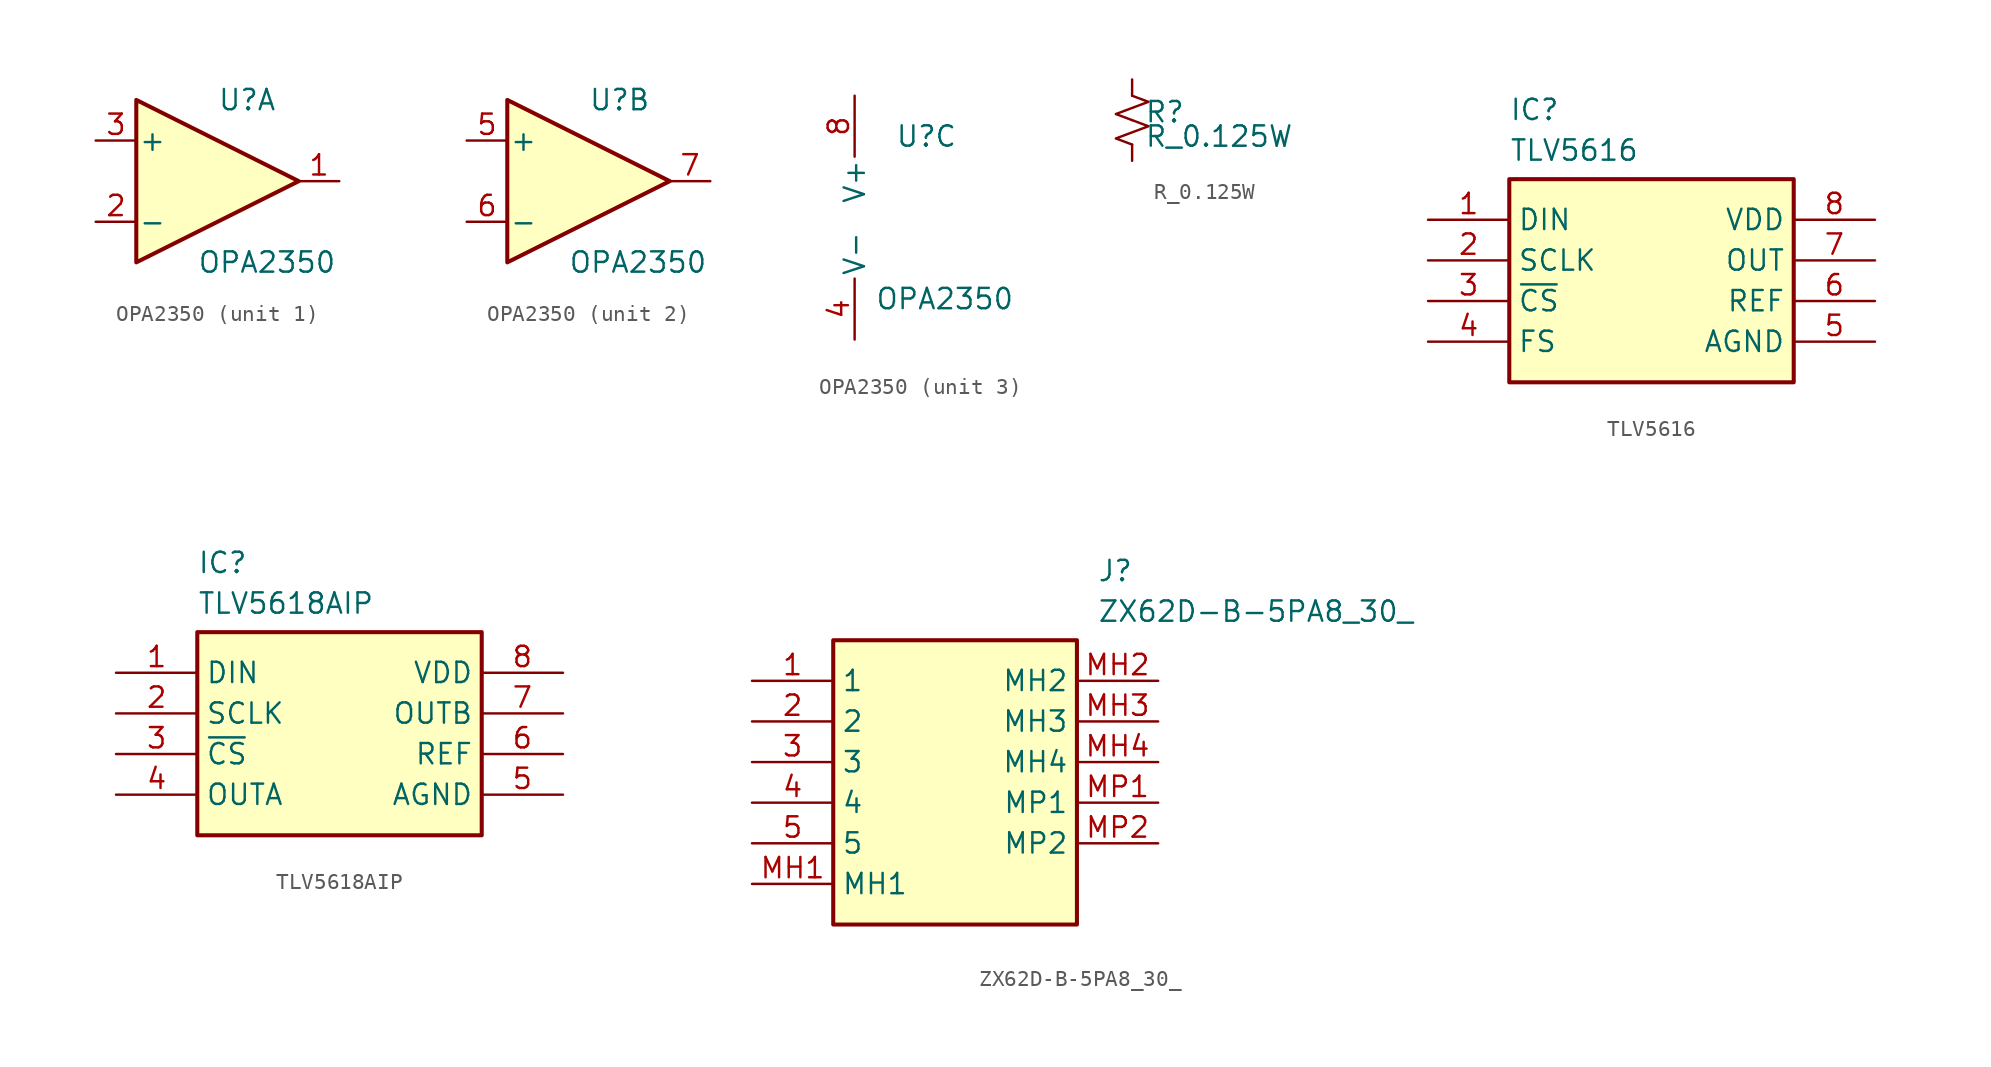
<source format=kicad_sym>
(kicad_symbol_lib
  (version 20231120)
  (generator "kicad_symbol_editor")
  (generator_version "8.0")
  (symbol "OPA2350"
    (pin_names
      (offset 0.127))
    (property "Reference" "U"
      (at 0 5.08 0)
      (effects (font (size 1.27 1.27)) (justify left)))
    (property "Value" "OPA2350"
      (at -1.27 -5.08 0)
      (effects (font (size 1.27 1.27)) (justify left)))
    (property "ki_locked" ""
      (at 0 0 0)
      (effects (font (size 1.27 1.27))))
    (symbol "OPA2350_1_1"
      (polyline (pts (xy -5.08 5.08) (xy 5.08 0) (xy -5.08 -5.08) (xy -5.08 5.08)) (stroke (width 0.254) (type default)) (fill (type background)))
      (pin output line (at 7.62 0 180) (length 2.54) (name "~" (effects (font (size 1.27 1.27)))) (number "1" (effects (font (size 1.27 1.27)))))
      (pin input line (at -7.62 -2.54 0) (length 2.54) (name "-" (effects (font (size 1.27 1.27)))) (number "2" (effects (font (size 1.27 1.27)))))
      (pin input line (at -7.62 2.54 0) (length 2.54) (name "+" (effects (font (size 1.27 1.27)))) (number "3" (effects (font (size 1.27 1.27))))))
    (symbol "OPA2350_2_1"
      (polyline (pts (xy -5.08 5.08) (xy 5.08 0) (xy -5.08 -5.08) (xy -5.08 5.08)) (stroke (width 0.254) (type default)) (fill (type background)))
      (pin input line (at -7.62 2.54 0) (length 2.54) (name "+" (effects (font (size 1.27 1.27)))) (number "5" (effects (font (size 1.27 1.27)))))
      (pin input line (at -7.62 -2.54 0) (length 2.54) (name "-" (effects (font (size 1.27 1.27)))) (number "6" (effects (font (size 1.27 1.27)))))
      (pin output line (at 7.62 0 180) (length 2.54) (name "~" (effects (font (size 1.27 1.27)))) (number "7" (effects (font (size 1.27 1.27))))))
    (symbol "OPA2350_3_1"
      (pin power_in line (at -2.54 -7.62 90) (length 3.81) (name "V-" (effects (font (size 1.27 1.27)))) (number "4" (effects (font (size 1.27 1.27)))))
      (pin power_in line (at -2.54 7.62 270) (length 3.81) (name "V+" (effects (font (size 1.27 1.27)))) (number "8" (effects (font (size 1.27 1.27)))))))
  (symbol "R_0.125W"
    (pin_numbers hide)
    (pin_names
      (offset 0.254) hide)
    (property "Reference" "R"
      (at 0.762 0.508 0)
      (effects (font (size 1.27 1.27)) (justify left)))
    (property "Value" "R_0.125W"
      (at 0.762 -1.016 0)
      (effects (font (size 1.27 1.27)) (justify left)))
    (symbol "R_0.125W_1_1"
      (polyline (pts (xy 0 0) (xy 1.016 -0.381) (xy 0 -0.762) (xy -1.016 -1.143) (xy 0 -1.524)) (stroke (width 0) (type default)) (fill (type none)))
      (polyline (pts (xy 0 1.524) (xy 1.016 1.143) (xy 0 0.762) (xy -1.016 0.381) (xy 0 0)) (stroke (width 0) (type default)) (fill (type none)))
      (pin passive line (at 0 2.54 270) (length 1.016) (name "~" (effects (font (size 1.27 1.27)))) (number "1" (effects (font (size 1.27 1.27)))))
      (pin passive line (at 0 -2.54 90) (length 1.016) (name "~" (effects (font (size 1.27 1.27)))) (number "2" (effects (font (size 1.27 1.27)))))))
  (symbol "TLV5616"
    (property "Reference" "IC"
      (at -8.89 11.43 0)
      (effects (font (size 1.27 1.27)) (justify left top)))
    (property "Value" "TLV5616"
      (at -8.89 8.89 0)
      (effects (font (size 1.27 1.27)) (justify left top)))
    (symbol "TLV5616_1_1"
      (rectangle (start -8.89 6.35) (end 8.89 -6.35) (stroke (width 0.254) (type default)) (fill (type background)))
      (pin input line (at -13.97 3.81 0) (length 5.08) (name "DIN" (effects (font (size 1.27 1.27)))) (number "1" (effects (font (size 1.27 1.27)))))
      (pin input line (at -13.97 1.27 0) (length 5.08) (name "SCLK" (effects (font (size 1.27 1.27)))) (number "2" (effects (font (size 1.27 1.27)))))
      (pin input line (at -13.97 -1.27 0) (length 5.08) (name "~{CS}" (effects (font (size 1.27 1.27)))) (number "3" (effects (font (size 1.27 1.27)))))
      (pin input line (at -13.97 -3.81 0) (length 5.08) (name "FS" (effects (font (size 1.27 1.27)))) (number "4" (effects (font (size 1.27 1.27)))))
      (pin power_in line (at 13.97 -3.81 180) (length 5.08) (name "AGND" (effects (font (size 1.27 1.27)))) (number "5" (effects (font (size 1.27 1.27)))))
      (pin input line (at 13.97 -1.27 180) (length 5.08) (name "REF" (effects (font (size 1.27 1.27)))) (number "6" (effects (font (size 1.27 1.27)))))
      (pin output line (at 13.97 1.27 180) (length 5.08) (name "OUT" (effects (font (size 1.27 1.27)))) (number "7" (effects (font (size 1.27 1.27)))))
      (pin power_in line (at 13.97 3.81 180) (length 5.08) (name "VDD" (effects (font (size 1.27 1.27)))) (number "8" (effects (font (size 1.27 1.27)))))))
  (symbol "TLV5618AIP"
    (property "Reference" "IC"
      (at -8.89 11.43 0)
      (effects (font (size 1.27 1.27)) (justify left top)))
    (property "Value" "TLV5618AIP"
      (at -8.89 8.89 0)
      (effects (font (size 1.27 1.27)) (justify left top)))
    (symbol "TLV5618AIP_1_1"
      (rectangle (start -8.89 6.35) (end 8.89 -6.35) (stroke (width 0.254) (type default)) (fill (type background)))
      (pin passive line (at -13.97 3.81 0) (length 5.08) (name "DIN" (effects (font (size 1.27 1.27)))) (number "1" (effects (font (size 1.27 1.27)))))
      (pin passive line (at -13.97 1.27 0) (length 5.08) (name "SCLK" (effects (font (size 1.27 1.27)))) (number "2" (effects (font (size 1.27 1.27)))))
      (pin passive line (at -13.97 -1.27 0) (length 5.08) (name "~{CS}" (effects (font (size 1.27 1.27)))) (number "3" (effects (font (size 1.27 1.27)))))
      (pin passive line (at -13.97 -3.81 0) (length 5.08) (name "OUTA" (effects (font (size 1.27 1.27)))) (number "4" (effects (font (size 1.27 1.27)))))
      (pin passive line (at 13.97 -3.81 180) (length 5.08) (name "AGND" (effects (font (size 1.27 1.27)))) (number "5" (effects (font (size 1.27 1.27)))))
      (pin passive line (at 13.97 -1.27 180) (length 5.08) (name "REF" (effects (font (size 1.27 1.27)))) (number "6" (effects (font (size 1.27 1.27)))))
      (pin passive line (at 13.97 1.27 180) (length 5.08) (name "OUTB" (effects (font (size 1.27 1.27)))) (number "7" (effects (font (size 1.27 1.27)))))
      (pin passive line (at 13.97 3.81 180) (length 5.08) (name "VDD" (effects (font (size 1.27 1.27)))) (number "8" (effects (font (size 1.27 1.27)))))))
  (symbol "ZX62D-B-5PA8_30_"
    (property "Reference" "J"
      (at 21.59 7.62 0)
      (effects (font (size 1.27 1.27)) (justify left top)))
    (property "Value" "ZX62D-B-5PA8_30_"
      (at 21.59 5.08 0)
      (effects (font (size 1.27 1.27)) (justify left top)))
    (symbol "ZX62D-B-5PA8_30__1_1"
      (rectangle (start 5.08 2.54) (end 20.32 -15.24) (stroke (width 0.254) (type default)) (fill (type background)))
      (pin passive line (at 0 0 0) (length 5.08) (name "1" (effects (font (size 1.27 1.27)))) (number "1" (effects (font (size 1.27 1.27)))))
      (pin passive line (at 0 -2.54 0) (length 5.08) (name "2" (effects (font (size 1.27 1.27)))) (number "2" (effects (font (size 1.27 1.27)))))
      (pin passive line (at 0 -5.08 0) (length 5.08) (name "3" (effects (font (size 1.27 1.27)))) (number "3" (effects (font (size 1.27 1.27)))))
      (pin passive line (at 0 -7.62 0) (length 5.08) (name "4" (effects (font (size 1.27 1.27)))) (number "4" (effects (font (size 1.27 1.27)))))
      (pin passive line (at 0 -10.16 0) (length 5.08) (name "5" (effects (font (size 1.27 1.27)))) (number "5" (effects (font (size 1.27 1.27)))))
      (pin passive line (at 0 -12.7 0) (length 5.08) (name "MH1" (effects (font (size 1.27 1.27)))) (number "MH1" (effects (font (size 1.27 1.27)))))
      (pin passive line (at 25.4 0 180) (length 5.08) (name "MH2" (effects (font (size 1.27 1.27)))) (number "MH2" (effects (font (size 1.27 1.27)))))
      (pin passive line (at 25.4 -2.54 180) (length 5.08) (name "MH3" (effects (font (size 1.27 1.27)))) (number "MH3" (effects (font (size 1.27 1.27)))))
      (pin passive line (at 25.4 -5.08 180) (length 5.08) (name "MH4" (effects (font (size 1.27 1.27)))) (number "MH4" (effects (font (size 1.27 1.27)))))
      (pin passive line (at 25.4 -7.62 180) (length 5.08) (name "MP1" (effects (font (size 1.27 1.27)))) (number "MP1" (effects (font (size 1.27 1.27)))))
      (pin passive line (at 25.4 -10.16 180) (length 5.08) (name "MP2" (effects (font (size 1.27 1.27)))) (number "MP2" (effects (font (size 1.27 1.27))))))))
</source>
